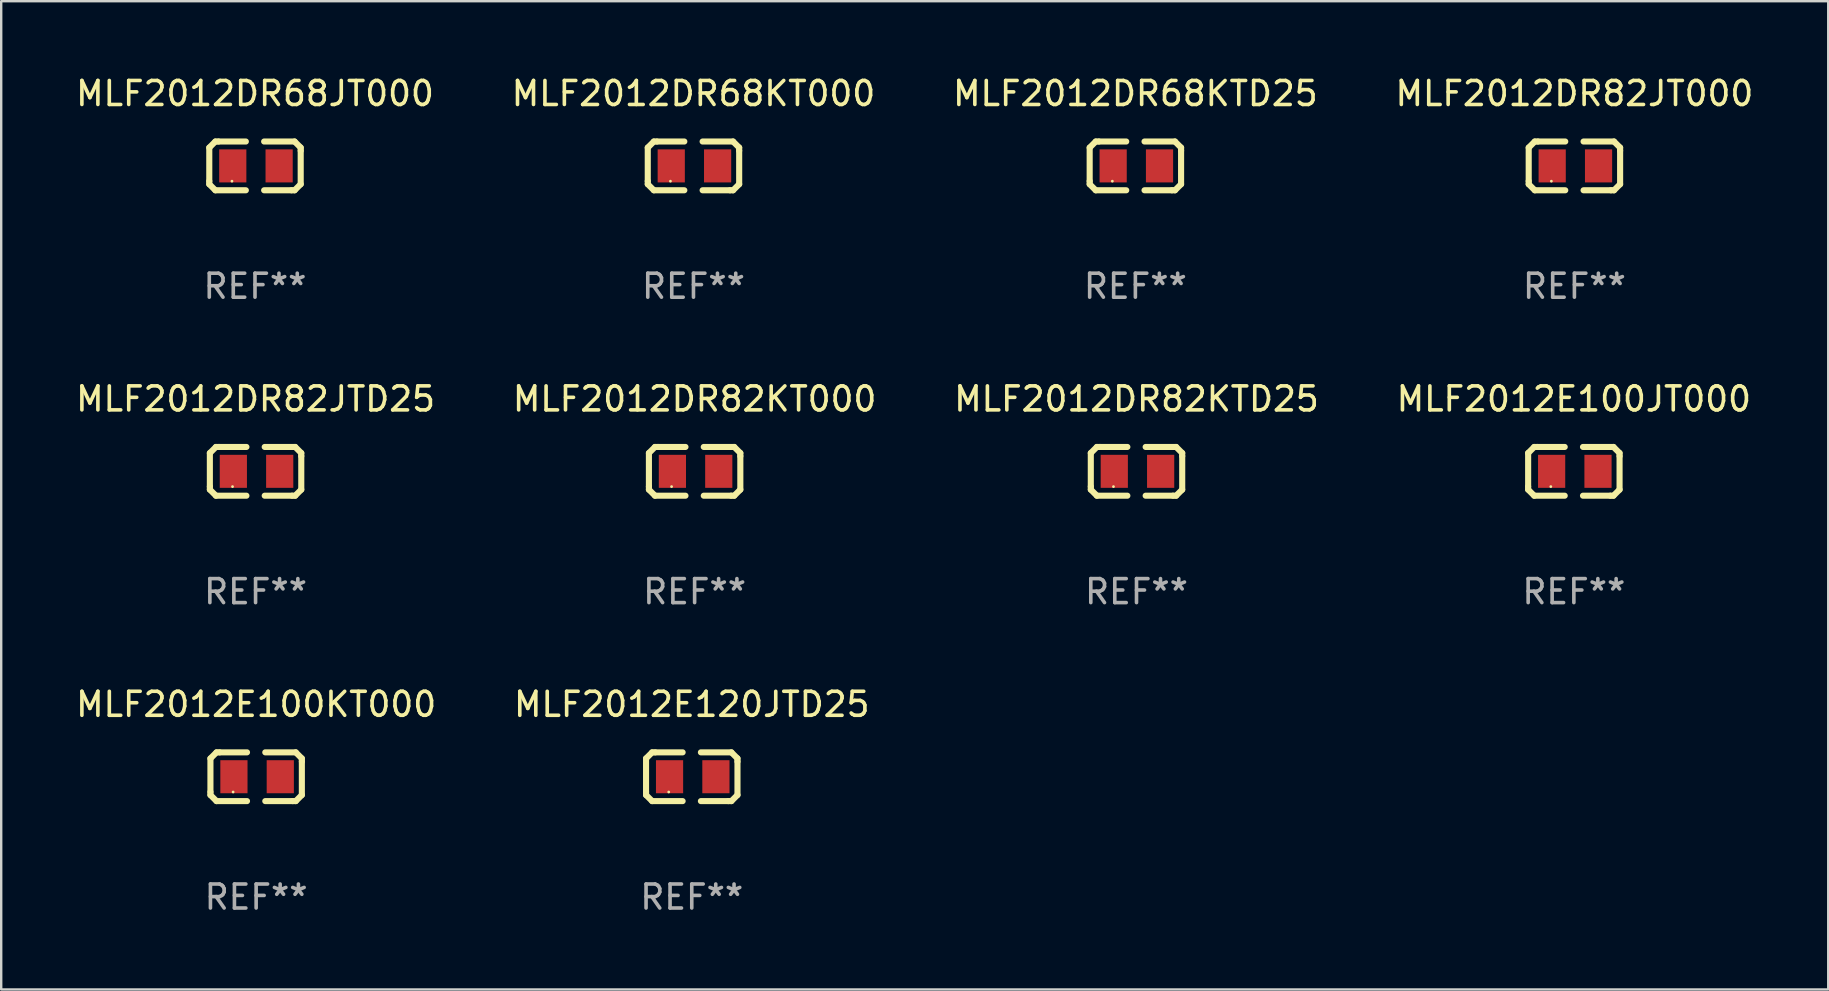
<source format=kicad_pcb>
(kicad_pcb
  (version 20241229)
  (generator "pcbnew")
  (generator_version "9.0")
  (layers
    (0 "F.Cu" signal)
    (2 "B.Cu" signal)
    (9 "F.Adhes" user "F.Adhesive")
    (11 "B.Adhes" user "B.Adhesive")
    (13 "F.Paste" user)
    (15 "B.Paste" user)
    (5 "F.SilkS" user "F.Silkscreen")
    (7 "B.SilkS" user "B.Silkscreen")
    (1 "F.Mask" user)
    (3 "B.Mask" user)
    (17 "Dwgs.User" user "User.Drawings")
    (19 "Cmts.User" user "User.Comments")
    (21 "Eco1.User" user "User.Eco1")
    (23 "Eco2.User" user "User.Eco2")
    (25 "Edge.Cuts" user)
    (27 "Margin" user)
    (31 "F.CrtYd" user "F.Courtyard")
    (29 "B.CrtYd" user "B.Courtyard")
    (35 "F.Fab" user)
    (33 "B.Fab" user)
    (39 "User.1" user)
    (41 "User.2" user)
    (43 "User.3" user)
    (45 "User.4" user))
  (footprint "MLF2012DR82JT000"
    (layer "F.Cu")
    (at 62.565 3.864)
    (property "Reference" "MLF2012DR82JT000" (at 0 -3.016 0) (layer "F.SilkS") (effects (font (size 1 1) (thickness 0.15))))
    (attr through_hole)
    (fp_line (start -1.905 -0.762) (end -1.905 0.635) (stroke (width 0.254) (type solid)) (layer "F.SilkS"))
    (fp_line (start -1.905 0.635) (end -1.905 0.762) (stroke (width 0.254) (type solid)) (layer "F.SilkS"))
    (fp_line (start -1.905 0.762) (end -1.651 1.016) (stroke (width 0.254) (type solid)) (layer "F.SilkS"))
    (fp_line (start -1.651 -1.016) (end -1.905 -0.762) (stroke (width 0.254) (type solid)) (layer "F.SilkS"))
    (fp_line (start -1.651 1.016) (end -0.381 1.016) (stroke (width 0.254) (type solid)) (layer "F.SilkS"))
    (fp_line (start -1.524 -1.016) (end -1.651 -1.016) (stroke (width 0.254) (type solid)) (layer "F.SilkS"))
    (fp_line (start -0.381 -1.016) (end -1.524 -1.016) (stroke (width 0.254) (type solid)) (layer "F.SilkS"))
    (fp_line (start 0.381 1.016) (end 1.524 1.016) (stroke (width 0.254) (type solid)) (layer "F.SilkS"))
    (fp_line (start 1.524 1.016) (end 1.651 1.016) (stroke (width 0.254) (type solid)) (layer "F.SilkS"))
    (fp_line (start 1.651 -1.016) (end 0.381 -1.016) (stroke (width 0.254) (type solid)) (layer "F.SilkS"))
    (fp_line (start 1.651 1.016) (end 1.905 0.762) (stroke (width 0.254) (type solid)) (layer "F.SilkS"))
    (fp_line (start 1.905 -0.762) (end 1.651 -1.016) (stroke (width 0.254) (type solid)) (layer "F.SilkS"))
    (fp_line (start 1.905 -0.635) (end 1.905 -0.762) (stroke (width 0.254) (type solid)) (layer "F.SilkS"))
    (fp_line (start 1.905 0.762) (end 1.905 -0.635) (stroke (width 0.254) (type solid)) (layer "F.SilkS"))
    (fp_circle (center -0.96 0.637) (end -0.93 0.637) (stroke (width 0.06) (type solid)) (fill no) (layer "F.SilkS"))
    (fp_text user "REF**" (at 0 5.016 0) (layer "F.Fab") (effects (font (size 1 1) (thickness 0.15))))
    (pad "1" smd rect (at -0.926 -0.000051) (size 1.133 1.377) (layers "F.Cu" "F.Mask" "F.Paste"))
    (pad "2" smd rect (at 1.006 -0.000051) (size 1.133 1.377) (layers "F.Cu" "F.Mask" "F.Paste")))
  (footprint "MLF2012DR82KT000"
    (layer "F.Cu")
    (at 25.899 16.593)
    (property "Reference" "MLF2012DR82KT000" (at 0 -3.016 0) (layer "F.SilkS") (effects (font (size 1 1) (thickness 0.15))))
    (attr through_hole)
    (fp_line (start -1.905 -0.762) (end -1.905 0.635) (stroke (width 0.254) (type solid)) (layer "F.SilkS"))
    (fp_line (start -1.905 0.635) (end -1.905 0.762) (stroke (width 0.254) (type solid)) (layer "F.SilkS"))
    (fp_line (start -1.905 0.762) (end -1.651 1.016) (stroke (width 0.254) (type solid)) (layer "F.SilkS"))
    (fp_line (start -1.651 -1.016) (end -1.905 -0.762) (stroke (width 0.254) (type solid)) (layer "F.SilkS"))
    (fp_line (start -1.651 1.016) (end -0.381 1.016) (stroke (width 0.254) (type solid)) (layer "F.SilkS"))
    (fp_line (start -1.524 -1.016) (end -1.651 -1.016) (stroke (width 0.254) (type solid)) (layer "F.SilkS"))
    (fp_line (start -0.381 -1.016) (end -1.524 -1.016) (stroke (width 0.254) (type solid)) (layer "F.SilkS"))
    (fp_line (start 0.381 1.016) (end 1.524 1.016) (stroke (width 0.254) (type solid)) (layer "F.SilkS"))
    (fp_line (start 1.524 1.016) (end 1.651 1.016) (stroke (width 0.254) (type solid)) (layer "F.SilkS"))
    (fp_line (start 1.651 -1.016) (end 0.381 -1.016) (stroke (width 0.254) (type solid)) (layer "F.SilkS"))
    (fp_line (start 1.651 1.016) (end 1.905 0.762) (stroke (width 0.254) (type solid)) (layer "F.SilkS"))
    (fp_line (start 1.905 -0.762) (end 1.651 -1.016) (stroke (width 0.254) (type solid)) (layer "F.SilkS"))
    (fp_line (start 1.905 -0.635) (end 1.905 -0.762) (stroke (width 0.254) (type solid)) (layer "F.SilkS"))
    (fp_line (start 1.905 0.762) (end 1.905 -0.635) (stroke (width 0.254) (type solid)) (layer "F.SilkS"))
    (fp_circle (center -0.96 0.637) (end -0.93 0.637) (stroke (width 0.06) (type solid)) (fill no) (layer "F.SilkS"))
    (fp_text user "REF**" (at 0 5.016 0) (layer "F.Fab") (effects (font (size 1 1) (thickness 0.15))))
    (pad "1" smd rect (at -0.926 -0.000051) (size 1.133 1.377) (layers "F.Cu" "F.Mask" "F.Paste"))
    (pad "2" smd rect (at 1.006 -0.000051) (size 1.133 1.377) (layers "F.Cu" "F.Mask" "F.Paste")))
  (footprint "MLF2012DR82KTD25"
    (layer "F.Cu")
    (at 44.315 16.593)
    (property "Reference" "MLF2012DR82KTD25" (at 0 -3.016 0) (layer "F.SilkS") (effects (font (size 1 1) (thickness 0.15))))
    (attr through_hole)
    (fp_line (start -1.905 -0.762) (end -1.905 0.635) (stroke (width 0.254) (type solid)) (layer "F.SilkS"))
    (fp_line (start -1.905 0.635) (end -1.905 0.762) (stroke (width 0.254) (type solid)) (layer "F.SilkS"))
    (fp_line (start -1.905 0.762) (end -1.651 1.016) (stroke (width 0.254) (type solid)) (layer "F.SilkS"))
    (fp_line (start -1.651 -1.016) (end -1.905 -0.762) (stroke (width 0.254) (type solid)) (layer "F.SilkS"))
    (fp_line (start -1.651 1.016) (end -0.381 1.016) (stroke (width 0.254) (type solid)) (layer "F.SilkS"))
    (fp_line (start -1.524 -1.016) (end -1.651 -1.016) (stroke (width 0.254) (type solid)) (layer "F.SilkS"))
    (fp_line (start -0.381 -1.016) (end -1.524 -1.016) (stroke (width 0.254) (type solid)) (layer "F.SilkS"))
    (fp_line (start 0.381 1.016) (end 1.524 1.016) (stroke (width 0.254) (type solid)) (layer "F.SilkS"))
    (fp_line (start 1.524 1.016) (end 1.651 1.016) (stroke (width 0.254) (type solid)) (layer "F.SilkS"))
    (fp_line (start 1.651 -1.016) (end 0.381 -1.016) (stroke (width 0.254) (type solid)) (layer "F.SilkS"))
    (fp_line (start 1.651 1.016) (end 1.905 0.762) (stroke (width 0.254) (type solid)) (layer "F.SilkS"))
    (fp_line (start 1.905 -0.762) (end 1.651 -1.016) (stroke (width 0.254) (type solid)) (layer "F.SilkS"))
    (fp_line (start 1.905 -0.635) (end 1.905 -0.762) (stroke (width 0.254) (type solid)) (layer "F.SilkS"))
    (fp_line (start 1.905 0.762) (end 1.905 -0.635) (stroke (width 0.254) (type solid)) (layer "F.SilkS"))
    (fp_circle (center -0.96 0.637) (end -0.93 0.637) (stroke (width 0.06) (type solid)) (fill no) (layer "F.SilkS"))
    (fp_text user "REF**" (at 0 5.016 0) (layer "F.Fab") (effects (font (size 1 1) (thickness 0.15))))
    (pad "1" smd rect (at -0.926 -0.000051) (size 1.133 1.377) (layers "F.Cu" "F.Mask" "F.Paste"))
    (pad "2" smd rect (at 1.006 -0.000051) (size 1.133 1.377) (layers "F.Cu" "F.Mask" "F.Paste")))
  (footprint "MLF2012DR68KT000"
    (layer "F.Cu")
    (at 25.851 3.864)
    (property "Reference" "MLF2012DR68KT000" (at 0 -3.016 0) (layer "F.SilkS") (effects (font (size 1 1) (thickness 0.15))))
    (attr through_hole)
    (fp_line (start -1.905 -0.762) (end -1.905 0.635) (stroke (width 0.254) (type solid)) (layer "F.SilkS"))
    (fp_line (start -1.905 0.635) (end -1.905 0.762) (stroke (width 0.254) (type solid)) (layer "F.SilkS"))
    (fp_line (start -1.905 0.762) (end -1.651 1.016) (stroke (width 0.254) (type solid)) (layer "F.SilkS"))
    (fp_line (start -1.651 -1.016) (end -1.905 -0.762) (stroke (width 0.254) (type solid)) (layer "F.SilkS"))
    (fp_line (start -1.651 1.016) (end -0.381 1.016) (stroke (width 0.254) (type solid)) (layer "F.SilkS"))
    (fp_line (start -1.524 -1.016) (end -1.651 -1.016) (stroke (width 0.254) (type solid)) (layer "F.SilkS"))
    (fp_line (start -0.381 -1.016) (end -1.524 -1.016) (stroke (width 0.254) (type solid)) (layer "F.SilkS"))
    (fp_line (start 0.381 1.016) (end 1.524 1.016) (stroke (width 0.254) (type solid)) (layer "F.SilkS"))
    (fp_line (start 1.524 1.016) (end 1.651 1.016) (stroke (width 0.254) (type solid)) (layer "F.SilkS"))
    (fp_line (start 1.651 -1.016) (end 0.381 -1.016) (stroke (width 0.254) (type solid)) (layer "F.SilkS"))
    (fp_line (start 1.651 1.016) (end 1.905 0.762) (stroke (width 0.254) (type solid)) (layer "F.SilkS"))
    (fp_line (start 1.905 -0.762) (end 1.651 -1.016) (stroke (width 0.254) (type solid)) (layer "F.SilkS"))
    (fp_line (start 1.905 -0.635) (end 1.905 -0.762) (stroke (width 0.254) (type solid)) (layer "F.SilkS"))
    (fp_line (start 1.905 0.762) (end 1.905 -0.635) (stroke (width 0.254) (type solid)) (layer "F.SilkS"))
    (fp_circle (center -0.96 0.637) (end -0.93 0.637) (stroke (width 0.06) (type solid)) (fill no) (layer "F.SilkS"))
    (fp_text user "REF**" (at 0 5.016 0) (layer "F.Fab") (effects (font (size 1 1) (thickness 0.15))))
    (pad "1" smd rect (at -0.926 -0.000051) (size 1.133 1.377) (layers "F.Cu" "F.Mask" "F.Paste"))
    (pad "2" smd rect (at 1.006 -0.000051) (size 1.133 1.377) (layers "F.Cu" "F.Mask" "F.Paste")))
  (footprint "MLF2012DR68KTD25"
    (layer "F.Cu")
    (at 44.268 3.864)
    (property "Reference" "MLF2012DR68KTD25" (at 0 -3.016 0) (layer "F.SilkS") (effects (font (size 1 1) (thickness 0.15))))
    (attr through_hole)
    (fp_line (start -1.905 -0.762) (end -1.905 0.635) (stroke (width 0.254) (type solid)) (layer "F.SilkS"))
    (fp_line (start -1.905 0.635) (end -1.905 0.762) (stroke (width 0.254) (type solid)) (layer "F.SilkS"))
    (fp_line (start -1.905 0.762) (end -1.651 1.016) (stroke (width 0.254) (type solid)) (layer "F.SilkS"))
    (fp_line (start -1.651 -1.016) (end -1.905 -0.762) (stroke (width 0.254) (type solid)) (layer "F.SilkS"))
    (fp_line (start -1.651 1.016) (end -0.381 1.016) (stroke (width 0.254) (type solid)) (layer "F.SilkS"))
    (fp_line (start -1.524 -1.016) (end -1.651 -1.016) (stroke (width 0.254) (type solid)) (layer "F.SilkS"))
    (fp_line (start -0.381 -1.016) (end -1.524 -1.016) (stroke (width 0.254) (type solid)) (layer "F.SilkS"))
    (fp_line (start 0.381 1.016) (end 1.524 1.016) (stroke (width 0.254) (type solid)) (layer "F.SilkS"))
    (fp_line (start 1.524 1.016) (end 1.651 1.016) (stroke (width 0.254) (type solid)) (layer "F.SilkS"))
    (fp_line (start 1.651 -1.016) (end 0.381 -1.016) (stroke (width 0.254) (type solid)) (layer "F.SilkS"))
    (fp_line (start 1.651 1.016) (end 1.905 0.762) (stroke (width 0.254) (type solid)) (layer "F.SilkS"))
    (fp_line (start 1.905 -0.762) (end 1.651 -1.016) (stroke (width 0.254) (type solid)) (layer "F.SilkS"))
    (fp_line (start 1.905 -0.635) (end 1.905 -0.762) (stroke (width 0.254) (type solid)) (layer "F.SilkS"))
    (fp_line (start 1.905 0.762) (end 1.905 -0.635) (stroke (width 0.254) (type solid)) (layer "F.SilkS"))
    (fp_circle (center -0.96 0.637) (end -0.93 0.637) (stroke (width 0.06) (type solid)) (fill no) (layer "F.SilkS"))
    (fp_text user "REF**" (at 0 5.016 0) (layer "F.Fab") (effects (font (size 1 1) (thickness 0.15))))
    (pad "1" smd rect (at -0.926 -0.000051) (size 1.133 1.377) (layers "F.Cu" "F.Mask" "F.Paste"))
    (pad "2" smd rect (at 1.006 -0.000051) (size 1.133 1.377) (layers "F.Cu" "F.Mask" "F.Paste")))
  (footprint "MLF2012E100KT000"
    (layer "F.Cu")
    (at 7.625 29.321)
    (property "Reference" "MLF2012E100KT000" (at 0 -3.016 0) (layer "F.SilkS") (effects (font (size 1 1) (thickness 0.15))))
    (attr through_hole)
    (fp_line (start -1.905 -0.762) (end -1.905 0.635) (stroke (width 0.254) (type solid)) (layer "F.SilkS"))
    (fp_line (start -1.905 0.635) (end -1.905 0.762) (stroke (width 0.254) (type solid)) (layer "F.SilkS"))
    (fp_line (start -1.905 0.762) (end -1.651 1.016) (stroke (width 0.254) (type solid)) (layer "F.SilkS"))
    (fp_line (start -1.651 -1.016) (end -1.905 -0.762) (stroke (width 0.254) (type solid)) (layer "F.SilkS"))
    (fp_line (start -1.651 1.016) (end -0.381 1.016) (stroke (width 0.254) (type solid)) (layer "F.SilkS"))
    (fp_line (start -1.524 -1.016) (end -1.651 -1.016) (stroke (width 0.254) (type solid)) (layer "F.SilkS"))
    (fp_line (start -0.381 -1.016) (end -1.524 -1.016) (stroke (width 0.254) (type solid)) (layer "F.SilkS"))
    (fp_line (start 0.381 1.016) (end 1.524 1.016) (stroke (width 0.254) (type solid)) (layer "F.SilkS"))
    (fp_line (start 1.524 1.016) (end 1.651 1.016) (stroke (width 0.254) (type solid)) (layer "F.SilkS"))
    (fp_line (start 1.651 -1.016) (end 0.381 -1.016) (stroke (width 0.254) (type solid)) (layer "F.SilkS"))
    (fp_line (start 1.651 1.016) (end 1.905 0.762) (stroke (width 0.254) (type solid)) (layer "F.SilkS"))
    (fp_line (start 1.905 -0.762) (end 1.651 -1.016) (stroke (width 0.254) (type solid)) (layer "F.SilkS"))
    (fp_line (start 1.905 -0.635) (end 1.905 -0.762) (stroke (width 0.254) (type solid)) (layer "F.SilkS"))
    (fp_line (start 1.905 0.762) (end 1.905 -0.635) (stroke (width 0.254) (type solid)) (layer "F.SilkS"))
    (fp_circle (center -0.96 0.637) (end -0.93 0.637) (stroke (width 0.06) (type solid)) (fill no) (layer "F.SilkS"))
    (fp_text user "REF**" (at 0 5.016 0) (layer "F.Fab") (effects (font (size 1 1) (thickness 0.15))))
    (pad "1" smd rect (at -0.926 -0.000051) (size 1.133 1.377) (layers "F.Cu" "F.Mask" "F.Paste"))
    (pad "2" smd rect (at 1.006 -0.000051) (size 1.133 1.377) (layers "F.Cu" "F.Mask" "F.Paste")))
  (footprint "MLF2012E100JT000"
    (layer "F.Cu")
    (at 62.542 16.593)
    (property "Reference" "MLF2012E100JT000" (at 0 -3.016 0) (layer "F.SilkS") (effects (font (size 1 1) (thickness 0.15))))
    (attr through_hole)
    (fp_line (start -1.905 -0.762) (end -1.905 0.635) (stroke (width 0.254) (type solid)) (layer "F.SilkS"))
    (fp_line (start -1.905 0.635) (end -1.905 0.762) (stroke (width 0.254) (type solid)) (layer "F.SilkS"))
    (fp_line (start -1.905 0.762) (end -1.651 1.016) (stroke (width 0.254) (type solid)) (layer "F.SilkS"))
    (fp_line (start -1.651 -1.016) (end -1.905 -0.762) (stroke (width 0.254) (type solid)) (layer "F.SilkS"))
    (fp_line (start -1.651 1.016) (end -0.381 1.016) (stroke (width 0.254) (type solid)) (layer "F.SilkS"))
    (fp_line (start -1.524 -1.016) (end -1.651 -1.016) (stroke (width 0.254) (type solid)) (layer "F.SilkS"))
    (fp_line (start -0.381 -1.016) (end -1.524 -1.016) (stroke (width 0.254) (type solid)) (layer "F.SilkS"))
    (fp_line (start 0.381 1.016) (end 1.524 1.016) (stroke (width 0.254) (type solid)) (layer "F.SilkS"))
    (fp_line (start 1.524 1.016) (end 1.651 1.016) (stroke (width 0.254) (type solid)) (layer "F.SilkS"))
    (fp_line (start 1.651 -1.016) (end 0.381 -1.016) (stroke (width 0.254) (type solid)) (layer "F.SilkS"))
    (fp_line (start 1.651 1.016) (end 1.905 0.762) (stroke (width 0.254) (type solid)) (layer "F.SilkS"))
    (fp_line (start 1.905 -0.762) (end 1.651 -1.016) (stroke (width 0.254) (type solid)) (layer "F.SilkS"))
    (fp_line (start 1.905 -0.635) (end 1.905 -0.762) (stroke (width 0.254) (type solid)) (layer "F.SilkS"))
    (fp_line (start 1.905 0.762) (end 1.905 -0.635) (stroke (width 0.254) (type solid)) (layer "F.SilkS"))
    (fp_circle (center -0.96 0.637) (end -0.93 0.637) (stroke (width 0.06) (type solid)) (fill no) (layer "F.SilkS"))
    (fp_text user "REF**" (at 0 5.016 0) (layer "F.Fab") (effects (font (size 1 1) (thickness 0.15))))
    (pad "1" smd rect (at -0.926 -0.000051) (size 1.133 1.377) (layers "F.Cu" "F.Mask" "F.Paste"))
    (pad "2" smd rect (at 1.006 -0.000051) (size 1.133 1.377) (layers "F.Cu" "F.Mask" "F.Paste")))
  (footprint "MLF2012DR82JTD25"
    (layer "F.Cu")
    (at 7.601 16.593)
    (property "Reference" "MLF2012DR82JTD25" (at 0 -3.016 0) (layer "F.SilkS") (effects (font (size 1 1) (thickness 0.15))))
    (attr through_hole)
    (fp_line (start -1.905 -0.762) (end -1.905 0.635) (stroke (width 0.254) (type solid)) (layer "F.SilkS"))
    (fp_line (start -1.905 0.635) (end -1.905 0.762) (stroke (width 0.254) (type solid)) (layer "F.SilkS"))
    (fp_line (start -1.905 0.762) (end -1.651 1.016) (stroke (width 0.254) (type solid)) (layer "F.SilkS"))
    (fp_line (start -1.651 -1.016) (end -1.905 -0.762) (stroke (width 0.254) (type solid)) (layer "F.SilkS"))
    (fp_line (start -1.651 1.016) (end -0.381 1.016) (stroke (width 0.254) (type solid)) (layer "F.SilkS"))
    (fp_line (start -1.524 -1.016) (end -1.651 -1.016) (stroke (width 0.254) (type solid)) (layer "F.SilkS"))
    (fp_line (start -0.381 -1.016) (end -1.524 -1.016) (stroke (width 0.254) (type solid)) (layer "F.SilkS"))
    (fp_line (start 0.381 1.016) (end 1.524 1.016) (stroke (width 0.254) (type solid)) (layer "F.SilkS"))
    (fp_line (start 1.524 1.016) (end 1.651 1.016) (stroke (width 0.254) (type solid)) (layer "F.SilkS"))
    (fp_line (start 1.651 -1.016) (end 0.381 -1.016) (stroke (width 0.254) (type solid)) (layer "F.SilkS"))
    (fp_line (start 1.651 1.016) (end 1.905 0.762) (stroke (width 0.254) (type solid)) (layer "F.SilkS"))
    (fp_line (start 1.905 -0.762) (end 1.651 -1.016) (stroke (width 0.254) (type solid)) (layer "F.SilkS"))
    (fp_line (start 1.905 -0.635) (end 1.905 -0.762) (stroke (width 0.254) (type solid)) (layer "F.SilkS"))
    (fp_line (start 1.905 0.762) (end 1.905 -0.635) (stroke (width 0.254) (type solid)) (layer "F.SilkS"))
    (fp_circle (center -0.96 0.637) (end -0.93 0.637) (stroke (width 0.06) (type solid)) (fill no) (layer "F.SilkS"))
    (fp_text user "REF**" (at 0 5.016 0) (layer "F.Fab") (effects (font (size 1 1) (thickness 0.15))))
    (pad "1" smd rect (at -0.926 -0.000051) (size 1.133 1.377) (layers "F.Cu" "F.Mask" "F.Paste"))
    (pad "2" smd rect (at 1.006 -0.000051) (size 1.133 1.377) (layers "F.Cu" "F.Mask" "F.Paste")))
  (footprint "MLF2012DR68JT000"
    (layer "F.Cu")
    (at 7.577 3.864)
    (property "Reference" "MLF2012DR68JT000" (at 0 -3.016 0) (layer "F.SilkS") (effects (font (size 1 1) (thickness 0.15))))
    (attr through_hole)
    (fp_line (start -1.905 -0.762) (end -1.905 0.635) (stroke (width 0.254) (type solid)) (layer "F.SilkS"))
    (fp_line (start -1.905 0.635) (end -1.905 0.762) (stroke (width 0.254) (type solid)) (layer "F.SilkS"))
    (fp_line (start -1.905 0.762) (end -1.651 1.016) (stroke (width 0.254) (type solid)) (layer "F.SilkS"))
    (fp_line (start -1.651 -1.016) (end -1.905 -0.762) (stroke (width 0.254) (type solid)) (layer "F.SilkS"))
    (fp_line (start -1.651 1.016) (end -0.381 1.016) (stroke (width 0.254) (type solid)) (layer "F.SilkS"))
    (fp_line (start -1.524 -1.016) (end -1.651 -1.016) (stroke (width 0.254) (type solid)) (layer "F.SilkS"))
    (fp_line (start -0.381 -1.016) (end -1.524 -1.016) (stroke (width 0.254) (type solid)) (layer "F.SilkS"))
    (fp_line (start 0.381 1.016) (end 1.524 1.016) (stroke (width 0.254) (type solid)) (layer "F.SilkS"))
    (fp_line (start 1.524 1.016) (end 1.651 1.016) (stroke (width 0.254) (type solid)) (layer "F.SilkS"))
    (fp_line (start 1.651 -1.016) (end 0.381 -1.016) (stroke (width 0.254) (type solid)) (layer "F.SilkS"))
    (fp_line (start 1.651 1.016) (end 1.905 0.762) (stroke (width 0.254) (type solid)) (layer "F.SilkS"))
    (fp_line (start 1.905 -0.762) (end 1.651 -1.016) (stroke (width 0.254) (type solid)) (layer "F.SilkS"))
    (fp_line (start 1.905 -0.635) (end 1.905 -0.762) (stroke (width 0.254) (type solid)) (layer "F.SilkS"))
    (fp_line (start 1.905 0.762) (end 1.905 -0.635) (stroke (width 0.254) (type solid)) (layer "F.SilkS"))
    (fp_circle (center -0.96 0.637) (end -0.93 0.637) (stroke (width 0.06) (type solid)) (fill no) (layer "F.SilkS"))
    (fp_text user "REF**" (at 0 5.016 0) (layer "F.Fab") (effects (font (size 1 1) (thickness 0.15))))
    (pad "1" smd rect (at -0.926 -0.000051) (size 1.133 1.377) (layers "F.Cu" "F.Mask" "F.Paste"))
    (pad "2" smd rect (at 1.006 -0.000051) (size 1.133 1.377) (layers "F.Cu" "F.Mask" "F.Paste")))
  (footprint "MLF2012E120JTD25"
    (layer "F.Cu")
    (at 25.78 29.321)
    (property "Reference" "MLF2012E120JTD25" (at 0 -3.016 0) (layer "F.SilkS") (effects (font (size 1 1) (thickness 0.15))))
    (attr through_hole)
    (fp_line (start -1.905 -0.762) (end -1.905 0.635) (stroke (width 0.254) (type solid)) (layer "F.SilkS"))
    (fp_line (start -1.905 0.635) (end -1.905 0.762) (stroke (width 0.254) (type solid)) (layer "F.SilkS"))
    (fp_line (start -1.905 0.762) (end -1.651 1.016) (stroke (width 0.254) (type solid)) (layer "F.SilkS"))
    (fp_line (start -1.651 -1.016) (end -1.905 -0.762) (stroke (width 0.254) (type solid)) (layer "F.SilkS"))
    (fp_line (start -1.651 1.016) (end -0.381 1.016) (stroke (width 0.254) (type solid)) (layer "F.SilkS"))
    (fp_line (start -1.524 -1.016) (end -1.651 -1.016) (stroke (width 0.254) (type solid)) (layer "F.SilkS"))
    (fp_line (start -0.381 -1.016) (end -1.524 -1.016) (stroke (width 0.254) (type solid)) (layer "F.SilkS"))
    (fp_line (start 0.381 1.016) (end 1.524 1.016) (stroke (width 0.254) (type solid)) (layer "F.SilkS"))
    (fp_line (start 1.524 1.016) (end 1.651 1.016) (stroke (width 0.254) (type solid)) (layer "F.SilkS"))
    (fp_line (start 1.651 -1.016) (end 0.381 -1.016) (stroke (width 0.254) (type solid)) (layer "F.SilkS"))
    (fp_line (start 1.651 1.016) (end 1.905 0.762) (stroke (width 0.254) (type solid)) (layer "F.SilkS"))
    (fp_line (start 1.905 -0.762) (end 1.651 -1.016) (stroke (width 0.254) (type solid)) (layer "F.SilkS"))
    (fp_line (start 1.905 -0.635) (end 1.905 -0.762) (stroke (width 0.254) (type solid)) (layer "F.SilkS"))
    (fp_line (start 1.905 0.762) (end 1.905 -0.635) (stroke (width 0.254) (type solid)) (layer "F.SilkS"))
    (fp_circle (center -0.96 0.637) (end -0.93 0.637) (stroke (width 0.06) (type solid)) (fill no) (layer "F.SilkS"))
    (fp_text user "REF**" (at 0 5.016 0) (layer "F.Fab") (effects (font (size 1 1) (thickness 0.15))))
    (pad "1" smd rect (at -0.926 -0.000051) (size 1.133 1.377) (layers "F.Cu" "F.Mask" "F.Paste"))
    (pad "2" smd rect (at 1.006 -0.000051) (size 1.133 1.377) (layers "F.Cu" "F.Mask" "F.Paste")))
  (gr_rect
    (start -3 -3)
    (end 73.143 38.186)
    (stroke (width 0.1) (type default))
    (fill no)
    (layer "Edge.Cuts")))
</source>
